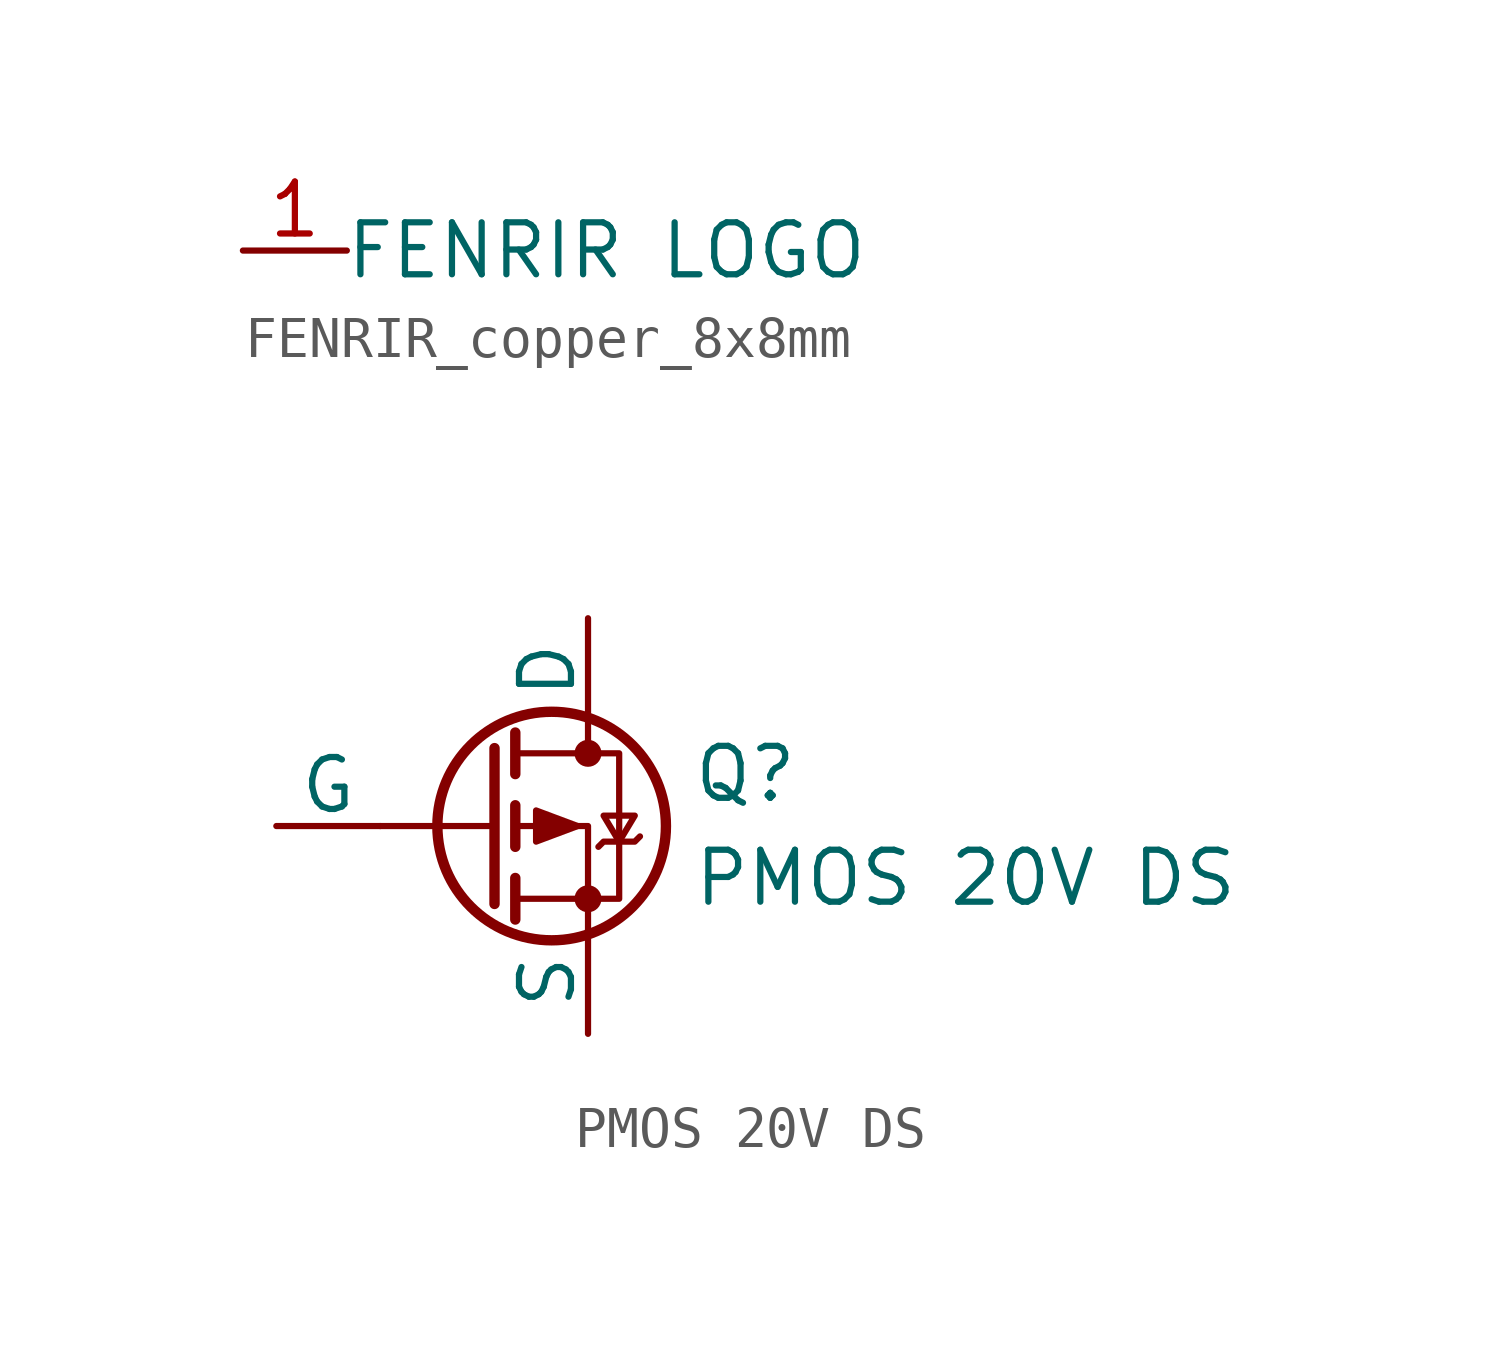
<source format=kicad_sym>
(kicad_symbol_lib
  (version 20231120)
  (generator "kicad_symbol_editor")
  (generator_version "8.0")
  (symbol "FENRIR_copper_8x8mm"
    (property "Reference" "FENRIR"
      (at 0 1.778 0)
      (effects (font (size 1.27 1.27)) (hide yes)))
    (property "Value" "FENRIR LOGO"
      (at 0 0 0)
      (effects (font (size 1.27 1.27))))
    (symbol "FENRIR_copper_8x8mm_1_1"
      (pin input line (at -8.89 0 0) (length 2.54) (name "" (effects (font (size 1.27 1.27)))) (number "1" (effects (font (size 1.27 1.27)))))))
  (symbol "PMOS 20V DS"
    (pin_numbers hide)
    (pin_names
      (offset 0))
    (property "Reference" "Q"
      (at 5.08 1.27 0)
      (effects (font (size 1.27 1.27)) (justify left)))
    (property "Value" "PMOS 20V DS"
      (at 5.08 -1.27 0)
      (effects (font (size 1.27 1.27)) (justify left)))
    (symbol "PMOS 20V DS_0_1"
      (polyline (pts (xy 0.254 0) (xy -2.54 0)) (stroke (width 0) (type default)) (fill (type none)))
      (polyline (pts (xy 0.254 1.905) (xy 0.254 -1.905)) (stroke (width 0.254) (type default)) (fill (type none)))
      (polyline (pts (xy 0.762 -1.27) (xy 0.762 -2.286)) (stroke (width 0.254) (type default)) (fill (type none)))
      (polyline (pts (xy 0.762 0.508) (xy 0.762 -0.508)) (stroke (width 0.254) (type default)) (fill (type none)))
      (polyline (pts (xy 0.762 2.286) (xy 0.762 1.27)) (stroke (width 0.254) (type default)) (fill (type none)))
      (polyline (pts (xy 2.54 2.54) (xy 2.54 1.778)) (stroke (width 0) (type default)) (fill (type none)))
      (polyline (pts (xy 2.54 -2.54) (xy 2.54 0) (xy 0.762 0)) (stroke (width 0) (type default)) (fill (type none)))
      (polyline (pts (xy 0.762 1.778) (xy 3.302 1.778) (xy 3.302 -1.778) (xy 0.762 -1.778)) (stroke (width 0) (type default)) (fill (type none)))
      (polyline (pts (xy 2.286 0) (xy 1.27 0.381) (xy 1.27 -0.381) (xy 2.286 0)) (stroke (width 0) (type default)) (fill (type outline)))
      (polyline (pts (xy 2.794 -0.508) (xy 2.921 -0.381) (xy 3.683 -0.381) (xy 3.81 -0.254)) (stroke (width 0) (type default)) (fill (type none)))
      (polyline (pts (xy 3.302 -0.381) (xy 2.921 0.254) (xy 3.683 0.254) (xy 3.302 -0.381)) (stroke (width 0) (type default)) (fill (type none)))
      (circle (center 1.651 0) (radius 2.794) (stroke (width 0.254) (type default)) (fill (type none)))
      (circle (center 2.54 -1.778) (radius 0.254) (stroke (width 0) (type default)) (fill (type outline)))
      (circle (center 2.54 1.778) (radius 0.254) (stroke (width 0) (type default)) (fill (type outline))))
    (symbol "PMOS 20V DS_1_1"
      (pin input line (at -5.08 0 0) (length 2.54) (name "G" (effects (font (size 1.27 1.27)))) (number "1" (effects (font (size 1.27 1.27)))))
      (pin passive line (at 2.54 -5.08 90) (length 2.54) (name "S" (effects (font (size 1.27 1.27)))) (number "2" (effects (font (size 1.27 1.27)))))
      (pin passive line (at 2.54 5.08 270) (length 2.54) (name "D" (effects (font (size 1.27 1.27)))) (number "3" (effects (font (size 1.27 1.27))))))))
</source>
